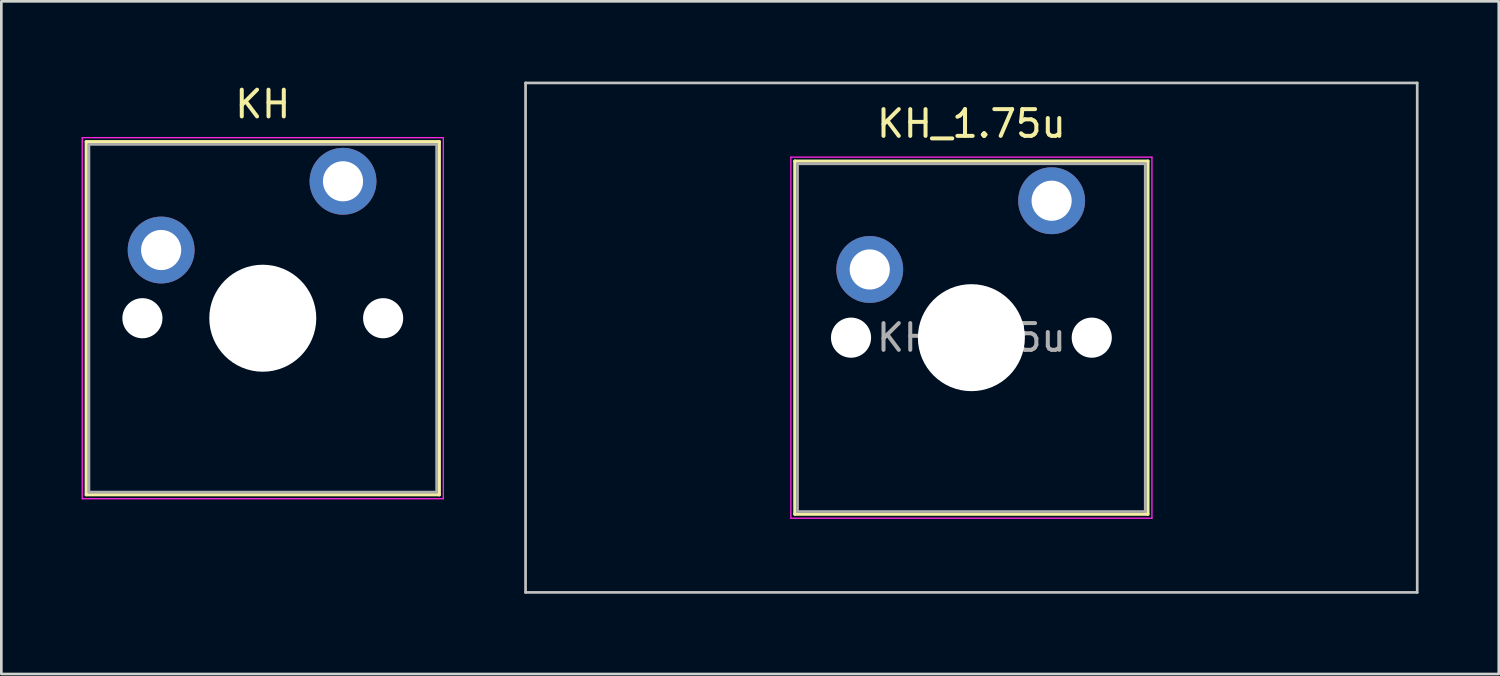
<source format=kicad_pcb>
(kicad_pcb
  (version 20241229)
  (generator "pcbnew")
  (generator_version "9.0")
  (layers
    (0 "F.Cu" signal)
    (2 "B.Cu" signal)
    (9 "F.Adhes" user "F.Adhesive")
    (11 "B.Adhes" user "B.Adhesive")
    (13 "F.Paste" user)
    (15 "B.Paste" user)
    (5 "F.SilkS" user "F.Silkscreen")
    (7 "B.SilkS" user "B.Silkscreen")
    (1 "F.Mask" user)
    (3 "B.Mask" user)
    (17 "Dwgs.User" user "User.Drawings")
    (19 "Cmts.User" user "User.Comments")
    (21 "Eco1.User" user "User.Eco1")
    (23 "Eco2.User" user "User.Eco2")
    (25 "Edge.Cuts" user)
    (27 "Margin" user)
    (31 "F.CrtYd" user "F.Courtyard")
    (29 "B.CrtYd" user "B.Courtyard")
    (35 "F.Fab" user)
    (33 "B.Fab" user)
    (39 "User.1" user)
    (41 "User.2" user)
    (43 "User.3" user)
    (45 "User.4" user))
  (footprint "KH"
    (layer "F.Cu")
    (at 6.775 8.848)
    (property "Reference" "KH" (at 0 -8 0) (layer "F.SilkS") (effects (font (size 1 1) (thickness 0.15))))
    (attr through_hole)
    (fp_line (start -6.6 -6.6) (end -6.6 6.6) (stroke (width 0.12) (type solid)) (layer "F.SilkS"))
    (fp_line (start -6.6 6.6) (end 6.6 6.6) (stroke (width 0.12) (type solid)) (layer "F.SilkS"))
    (fp_line (start 6.6 -6.6) (end -6.6 -6.6) (stroke (width 0.12) (type solid)) (layer "F.SilkS"))
    (fp_line (start 6.6 6.6) (end 6.6 -6.6) (stroke (width 0.12) (type solid)) (layer "F.SilkS"))
    (fp_line (start -6.1 -6.1) (end -6.1 6.1) (stroke (width 0.1) (type solid)) (layer "Eco1.User"))
    (fp_line (start -6.1 6.1) (end 6.1 6.1) (stroke (width 0.1) (type solid)) (layer "Eco1.User"))
    (fp_line (start 6.1 -6.1) (end -6.1 -6.1) (stroke (width 0.1) (type solid)) (layer "Eco1.User"))
    (fp_line (start 6.1 6.1) (end 6.1 -6.1) (stroke (width 0.1) (type solid)) (layer "Eco1.User"))
    (fp_line (start -6.75 -6.75) (end -6.75 6.75) (stroke (width 0.05) (type solid)) (layer "F.CrtYd"))
    (fp_line (start -6.75 6.75) (end 6.75 6.75) (stroke (width 0.05) (type solid)) (layer "F.CrtYd"))
    (fp_line (start 6.75 -6.75) (end -6.75 -6.75) (stroke (width 0.05) (type solid)) (layer "F.CrtYd"))
    (fp_line (start 6.75 6.75) (end 6.75 -6.75) (stroke (width 0.05) (type solid)) (layer "F.CrtYd"))
    (fp_line (start -6.5 -6.5) (end -6.5 6.5) (stroke (width 0.1) (type solid)) (layer "F.Fab"))
    (fp_line (start -6.5 6.5) (end 6.5 6.5) (stroke (width 0.1) (type solid)) (layer "F.Fab"))
    (fp_line (start 6.5 -6.5) (end -6.5 -6.5) (stroke (width 0.1) (type solid)) (layer "F.Fab"))
    (fp_line (start 6.5 6.5) (end 6.5 -6.5) (stroke (width 0.1) (type solid)) (layer "F.Fab"))
    (fp_text user "${REFERENCE}" (at 0 0 0) (layer "F.Fab") (effects (font (size 1 1) (thickness 0.15))))
    (pad "" np_thru_hole circle (at -4.5 0) (size 1.5 1.5) (drill 1.5) (layers "*.Cu" "*.Mask"))
    (pad "" np_thru_hole circle (at 0 0) (size 4 4) (drill 4) (layers "*.Cu" "*.Mask"))
    (pad "" np_thru_hole circle (at 4.5 0) (size 1.5 1.5) (drill 1.5) (layers "*.Cu" "*.Mask"))
    (pad "1" thru_hole circle (at -3.8 -2.55) (size 2.5 2.5) (drill 1.5) (layers "*.Cu" "*.Mask"))
    (pad "2" thru_hole circle (at 3 -5.12) (size 2.5 2.5) (drill 1.5) (layers "*.Cu" "*.Mask")))
  (footprint "KH_1.75u"
    (layer "F.Cu")
    (at 33.269 9.575)
    (property "Reference" "KH_1.75u" (at 0 -8 0) (layer "F.SilkS") (effects (font (size 1 1) (thickness 0.15))))
    (attr through_hole)
    (fp_line (start -6.6 -6.6) (end -6.6 6.6) (stroke (width 0.12) (type solid)) (layer "F.SilkS"))
    (fp_line (start -6.6 6.6) (end 6.6 6.6) (stroke (width 0.12) (type solid)) (layer "F.SilkS"))
    (fp_line (start 6.6 -6.6) (end -6.6 -6.6) (stroke (width 0.12) (type solid)) (layer "F.SilkS"))
    (fp_line (start 6.6 6.6) (end 6.6 -6.6) (stroke (width 0.12) (type solid)) (layer "F.SilkS"))
    (fp_line (start -16.669 -9.525) (end -16.669 9.525) (stroke (width 0.1) (type solid)) (layer "Dwgs.User"))
    (fp_line (start -16.669 9.525) (end 16.669 9.525) (stroke (width 0.1) (type solid)) (layer "Dwgs.User"))
    (fp_line (start 16.669 -9.525) (end -16.669 -9.525) (stroke (width 0.1) (type solid)) (layer "Dwgs.User"))
    (fp_line (start 16.669 9.525) (end 16.669 -9.525) (stroke (width 0.1) (type solid)) (layer "Dwgs.User"))
    (fp_line (start -6.1 -6.1) (end -6.1 6.1) (stroke (width 0.1) (type solid)) (layer "Eco1.User"))
    (fp_line (start -6.1 6.1) (end 6.1 6.1) (stroke (width 0.1) (type solid)) (layer "Eco1.User"))
    (fp_line (start 6.1 -6.1) (end -6.1 -6.1) (stroke (width 0.1) (type solid)) (layer "Eco1.User"))
    (fp_line (start 6.1 6.1) (end 6.1 -6.1) (stroke (width 0.1) (type solid)) (layer "Eco1.User"))
    (fp_line (start -6.75 -6.75) (end -6.75 6.75) (stroke (width 0.05) (type solid)) (layer "F.CrtYd"))
    (fp_line (start -6.75 6.75) (end 6.75 6.75) (stroke (width 0.05) (type solid)) (layer "F.CrtYd"))
    (fp_line (start 6.75 -6.75) (end -6.75 -6.75) (stroke (width 0.05) (type solid)) (layer "F.CrtYd"))
    (fp_line (start 6.75 6.75) (end 6.75 -6.75) (stroke (width 0.05) (type solid)) (layer "F.CrtYd"))
    (fp_line (start -6.5 -6.5) (end -6.5 6.5) (stroke (width 0.1) (type solid)) (layer "F.Fab"))
    (fp_line (start -6.5 6.5) (end 6.5 6.5) (stroke (width 0.1) (type solid)) (layer "F.Fab"))
    (fp_line (start 6.5 -6.5) (end -6.5 -6.5) (stroke (width 0.1) (type solid)) (layer "F.Fab"))
    (fp_line (start 6.5 6.5) (end 6.5 -6.5) (stroke (width 0.1) (type solid)) (layer "F.Fab"))
    (fp_text user "${REFERENCE}" (at 0 0 0) (layer "F.Fab") (effects (font (size 1 1) (thickness 0.15))))
    (pad "" np_thru_hole circle (at -4.5 0) (size 1.5 1.5) (drill 1.5) (layers "*.Cu" "*.Mask"))
    (pad "" np_thru_hole circle (at 0 0) (size 4 4) (drill 4) (layers "*.Cu" "*.Mask"))
    (pad "" np_thru_hole circle (at 4.5 0) (size 1.5 1.5) (drill 1.5) (layers "*.Cu" "*.Mask"))
    (pad "1" thru_hole circle (at -3.8 -2.55) (size 2.5 2.5) (drill 1.5) (layers "*.Cu" "*.Mask"))
    (pad "2" thru_hole circle (at 3 -5.12) (size 2.5 2.5) (drill 1.5) (layers "*.Cu" "*.Mask")))
  (gr_rect
    (start -3 -3)
    (end 52.987 22.15)
    (stroke (width 0.1) (type default))
    (fill no)
    (layer "Edge.Cuts")))
</source>
